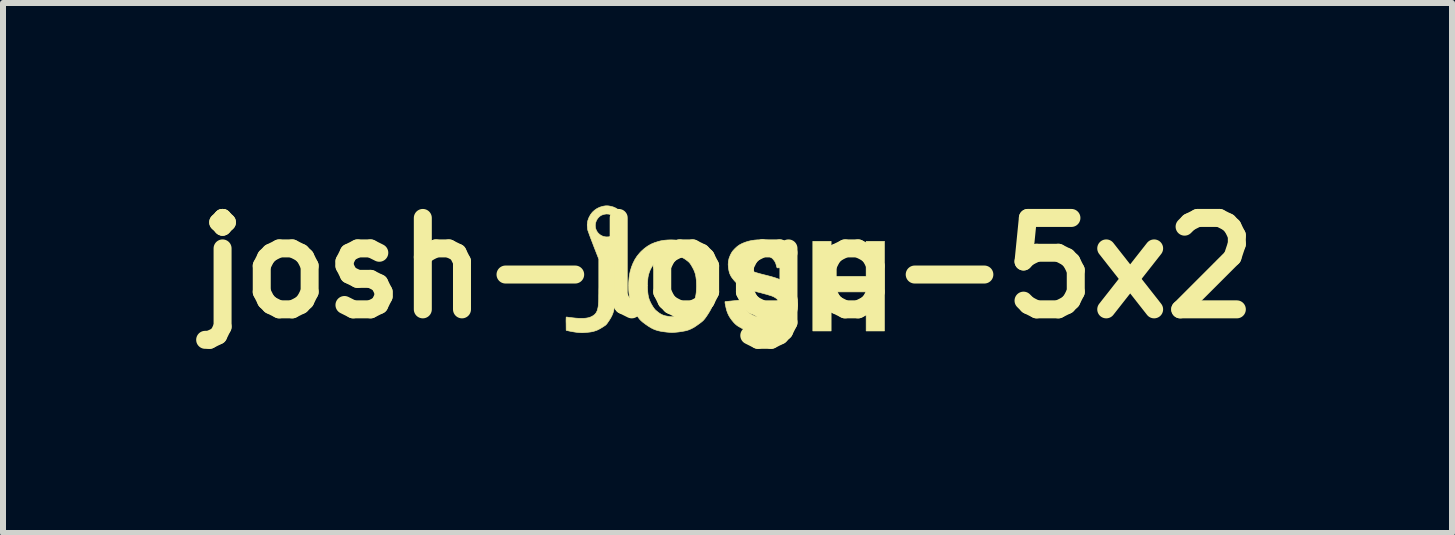
<source format=kicad_pcb>
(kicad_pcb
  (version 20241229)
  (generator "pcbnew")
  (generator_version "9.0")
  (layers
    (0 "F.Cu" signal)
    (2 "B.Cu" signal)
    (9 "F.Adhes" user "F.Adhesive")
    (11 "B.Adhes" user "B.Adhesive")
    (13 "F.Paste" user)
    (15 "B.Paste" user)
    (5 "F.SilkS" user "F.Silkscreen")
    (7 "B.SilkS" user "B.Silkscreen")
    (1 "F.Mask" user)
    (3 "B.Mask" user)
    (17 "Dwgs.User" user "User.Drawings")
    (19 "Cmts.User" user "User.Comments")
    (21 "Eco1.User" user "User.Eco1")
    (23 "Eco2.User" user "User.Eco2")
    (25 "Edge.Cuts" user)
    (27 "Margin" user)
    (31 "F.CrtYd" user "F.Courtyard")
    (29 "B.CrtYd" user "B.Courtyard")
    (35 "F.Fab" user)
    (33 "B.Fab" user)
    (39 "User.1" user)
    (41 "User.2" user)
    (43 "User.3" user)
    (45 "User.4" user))
  (footprint "josh-logo-5x2"
    (layer "F.Cu")
    (at 9.079 1.418)
    (property "Reference" "josh-logo-5x2" (at 0 0 0) (layer "F.SilkS") (effects (font (size 1.524 1.524) (thickness 0.3))))
    (attr through_hole)
    (fp_poly (pts (xy 1.727 0.14) (xy 2.311 0.14) (xy 2.311 -0.445) (xy 2.616 -0.445) (xy 2.616 1.05) (xy 2.311 1.05) (xy 2.311 0.398) (xy 1.727 0.398) (xy 1.727 1.05) (xy 1.422 1.05) (xy 1.422 -0.445) (xy 1.727 -0.445) (xy 1.727 0.14)) (stroke (width 0.01) (type solid)) (fill yes) (layer "F.SilkS"))
    (fp_poly (pts (xy -1.981 -1.035) (xy -1.958 -1.031) (xy -1.906 -1.018) (xy -1.859 -0.997) (xy -1.816 -0.969) (xy -1.778 -0.936) (xy -1.746 -0.896) (xy -1.719 -0.851) (xy -1.699 -0.801) (xy -1.696 -0.787) (xy -1.69 -0.761) (xy -1.688 -0.729) (xy -1.688 -0.696) (xy -1.69 -0.663) (xy -1.695 -0.635) (xy -1.695 -0.635) (xy -1.698 -0.625) (xy -1.704 -0.608) (xy -1.712 -0.585) (xy -1.723 -0.557) (xy -1.735 -0.524) (xy -1.749 -0.487) (xy -1.764 -0.447) (xy -1.78 -0.405) (xy -1.791 -0.375) (xy -1.88 -0.147) (xy -1.88 0.216) (xy -1.88 0.283) (xy -1.88 0.347) (xy -1.88 0.405) (xy -1.88 0.457) (xy -1.881 0.503) (xy -1.881 0.543) (xy -1.882 0.576) (xy -1.883 0.601) (xy -1.884 0.619) (xy -1.884 0.625) (xy -1.89 0.673) (xy -1.899 0.717) (xy -1.912 0.758) (xy -1.929 0.798) (xy -1.951 0.839) (xy -1.979 0.883) (xy -1.989 0.897) (xy -2.003 0.918) (xy -2.014 0.932) (xy -2.024 0.944) (xy -2.034 0.953) (xy -2.046 0.962) (xy -2.062 0.972) (xy -2.064 0.974) (xy -2.106 1) (xy -2.143 1.021) (xy -2.178 1.038) (xy -2.213 1.05) (xy -2.248 1.06) (xy -2.287 1.067) (xy -2.331 1.072) (xy -2.36 1.075) (xy -2.384 1.077) (xy -2.402 1.078) (xy -2.417 1.079) (xy -2.431 1.079) (xy -2.446 1.078) (xy -2.465 1.077) (xy -2.49 1.075) (xy -2.493 1.075) (xy -2.516 1.072) (xy -2.545 1.068) (xy -2.576 1.063) (xy -2.609 1.057) (xy -2.639 1.051) (xy -2.666 1.045) (xy -2.678 1.042) (xy -2.69 1.039) (xy -2.691 0.928) (xy -2.692 0.893) (xy -2.692 0.866) (xy -2.691 0.845) (xy -2.691 0.831) (xy -2.69 0.822) (xy -2.688 0.818) (xy -2.687 0.817) (xy -2.681 0.818) (xy -2.669 0.819) (xy -2.651 0.822) (xy -2.63 0.825) (xy -2.625 0.825) (xy -2.576 0.831) (xy -2.527 0.836) (xy -2.48 0.839) (xy -2.435 0.839) (xy -2.394 0.839) (xy -2.359 0.836) (xy -2.33 0.831) (xy -2.323 0.83) (xy -2.28 0.816) (xy -2.244 0.797) (xy -2.214 0.775) (xy -2.191 0.747) (xy -2.174 0.714) (xy -2.163 0.675) (xy -2.16 0.661) (xy -2.157 0.647) (xy -2.155 0.63) (xy -2.153 0.612) (xy -2.152 0.591) (xy -2.15 0.566) (xy -2.149 0.538) (xy -2.148 0.505) (xy -2.148 0.467) (xy -2.147 0.424) (xy -2.147 0.374) (xy -2.146 0.318) (xy -2.146 0.254) (xy -2.146 0.192) (xy -2.146 -0.148) (xy -2.234 -0.373) (xy -2.25 -0.416) (xy -2.266 -0.457) (xy -2.281 -0.496) (xy -2.294 -0.531) (xy -2.306 -0.563) (xy -2.315 -0.59) (xy -2.323 -0.611) (xy -2.328 -0.625) (xy -2.33 -0.631) (xy -2.335 -0.662) (xy -2.338 -0.697) (xy -2.338 -0.717) (xy -2.205 -0.717) (xy -2.203 -0.68) (xy -2.194 -0.645) (xy -2.178 -0.611) (xy -2.156 -0.582) (xy -2.129 -0.557) (xy -2.096 -0.537) (xy -2.065 -0.525) (xy -2.025 -0.518) (xy -1.986 -0.519) (xy -1.968 -0.522) (xy -1.932 -0.535) (xy -1.899 -0.555) (xy -1.871 -0.58) (xy -1.849 -0.61) (xy -1.832 -0.643) (xy -1.823 -0.68) (xy -1.821 -0.718) (xy -1.822 -0.719) (xy -1.828 -0.76) (xy -1.842 -0.796) (xy -1.862 -0.827) (xy -1.886 -0.854) (xy -1.915 -0.875) (xy -1.948 -0.89) (xy -1.983 -0.899) (xy -2.021 -0.901) (xy -2.059 -0.895) (xy -2.097 -0.882) (xy -2.104 -0.879) (xy -2.127 -0.864) (xy -2.15 -0.843) (xy -2.17 -0.818) (xy -2.186 -0.791) (xy -2.199 -0.754) (xy -2.205 -0.717) (xy -2.338 -0.717) (xy -2.338 -0.733) (xy -2.334 -0.767) (xy -2.329 -0.791) (xy -2.31 -0.842) (xy -2.285 -0.888) (xy -2.254 -0.929) (xy -2.217 -0.963) (xy -2.175 -0.992) (xy -2.129 -1.014) (xy -2.078 -1.029) (xy -2.068 -1.031) (xy -2.037 -1.036) (xy -2.009 -1.037) (xy -1.981 -1.035)) (stroke (width 0.01) (type solid)) (fill yes) (layer "F.SilkS"))
    (fp_poly (pts (xy -0.881 -0.467) (xy -0.82 -0.462) (xy -0.761 -0.453) (xy -0.705 -0.442) (xy -0.654 -0.427) (xy -0.609 -0.41) (xy -0.595 -0.403) (xy -0.573 -0.391) (xy -0.547 -0.375) (xy -0.517 -0.355) (xy -0.487 -0.334) (xy -0.456 -0.311) (xy -0.447 -0.304) (xy -0.426 -0.287) (xy -0.409 -0.272) (xy -0.395 -0.258) (xy -0.381 -0.241) (xy -0.365 -0.219) (xy -0.365 -0.218) (xy -0.325 -0.16) (xy -0.292 -0.107) (xy -0.266 -0.057) (xy -0.247 -0.012) (xy -0.244 -0.003) (xy -0.231 0.043) (xy -0.22 0.096) (xy -0.212 0.153) (xy -0.206 0.213) (xy -0.203 0.275) (xy -0.203 0.336) (xy -0.205 0.395) (xy -0.207 0.417) (xy -0.214 0.474) (xy -0.222 0.525) (xy -0.233 0.571) (xy -0.246 0.613) (xy -0.262 0.654) (xy -0.282 0.695) (xy -0.307 0.738) (xy -0.329 0.773) (xy -0.349 0.803) (xy -0.366 0.827) (xy -0.38 0.846) (xy -0.394 0.862) (xy -0.407 0.877) (xy -0.422 0.89) (xy -0.44 0.905) (xy -0.449 0.912) (xy -0.504 0.952) (xy -0.554 0.986) (xy -0.602 1.012) (xy -0.646 1.031) (xy -0.677 1.041) (xy -0.705 1.048) (xy -0.738 1.054) (xy -0.775 1.06) (xy -0.814 1.066) (xy -0.853 1.07) (xy -0.888 1.073) (xy -0.919 1.075) (xy -0.933 1.075) (xy -0.946 1.074) (xy -0.964 1.073) (xy -0.986 1.071) (xy -1.009 1.069) (xy -1.011 1.069) (xy -1.068 1.062) (xy -1.117 1.054) (xy -1.162 1.044) (xy -1.203 1.031) (xy -1.242 1.015) (xy -1.28 0.995) (xy -1.319 0.971) (xy -1.325 0.967) (xy -1.371 0.935) (xy -1.411 0.905) (xy -1.443 0.877) (xy -1.468 0.851) (xy -1.477 0.839) (xy -1.513 0.789) (xy -1.543 0.743) (xy -1.568 0.699) (xy -1.589 0.656) (xy -1.606 0.614) (xy -1.619 0.569) (xy -1.63 0.521) (xy -1.638 0.469) (xy -1.644 0.41) (xy -1.647 0.372) (xy -1.649 0.319) (xy -1.649 0.294) (xy -1.334 0.294) (xy -1.333 0.35) (xy -1.33 0.4) (xy -1.325 0.444) (xy -1.317 0.485) (xy -1.306 0.523) (xy -1.291 0.559) (xy -1.273 0.596) (xy -1.25 0.635) (xy -1.25 0.636) (xy -1.232 0.663) (xy -1.216 0.684) (xy -1.2 0.702) (xy -1.193 0.708) (xy -1.16 0.735) (xy -1.13 0.757) (xy -1.101 0.774) (xy -1.071 0.787) (xy -1.038 0.797) (xy -0.999 0.804) (xy -0.963 0.81) (xy -0.936 0.812) (xy -0.905 0.811) (xy -0.869 0.807) (xy -0.864 0.807) (xy -0.822 0.8) (xy -0.787 0.79) (xy -0.754 0.778) (xy -0.724 0.761) (xy -0.692 0.738) (xy -0.659 0.71) (xy -0.658 0.709) (xy -0.635 0.685) (xy -0.612 0.655) (xy -0.59 0.619) (xy -0.57 0.581) (xy -0.553 0.542) (xy -0.539 0.503) (xy -0.536 0.491) (xy -0.528 0.453) (xy -0.522 0.409) (xy -0.519 0.36) (xy -0.517 0.308) (xy -0.518 0.256) (xy -0.52 0.204) (xy -0.521 0.197) (xy -0.527 0.149) (xy -0.535 0.106) (xy -0.548 0.066) (xy -0.565 0.025) (xy -0.588 -0.017) (xy -0.598 -0.035) (xy -0.611 -0.056) (xy -0.622 -0.072) (xy -0.632 -0.085) (xy -0.643 -0.097) (xy -0.658 -0.11) (xy -0.669 -0.119) (xy -0.705 -0.146) (xy -0.742 -0.168) (xy -0.778 -0.185) (xy -0.802 -0.192) (xy -0.852 -0.202) (xy -0.905 -0.206) (xy -0.96 -0.205) (xy -1.013 -0.199) (xy -1.062 -0.187) (xy -1.067 -0.185) (xy -1.105 -0.17) (xy -1.144 -0.147) (xy -1.18 -0.119) (xy -1.213 -0.088) (xy -1.239 -0.055) (xy -1.244 -0.047) (xy -1.269 -0.006) (xy -1.289 0.033) (xy -1.304 0.071) (xy -1.316 0.11) (xy -1.325 0.151) (xy -1.33 0.196) (xy -1.333 0.246) (xy -1.334 0.294) (xy -1.649 0.294) (xy -1.649 0.263) (xy -1.645 0.207) (xy -1.64 0.152) (xy -1.632 0.101) (xy -1.623 0.057) (xy -1.602 -0.014) (xy -1.576 -0.079) (xy -1.546 -0.139) (xy -1.51 -0.195) (xy -1.468 -0.247) (xy -1.44 -0.277) (xy -1.389 -0.323) (xy -1.335 -0.363) (xy -1.277 -0.397) (xy -1.213 -0.424) (xy -1.144 -0.445) (xy -1.112 -0.453) (xy -1.059 -0.462) (xy -1.001 -0.467) (xy -0.941 -0.469) (xy -0.881 -0.467)) (stroke (width 0.01) (type solid)) (fill yes) (layer "F.SilkS"))
    (fp_poly (pts (xy 0.607 -0.468) (xy 0.649 -0.466) (xy 0.696 -0.461) (xy 0.738 -0.455) (xy 0.777 -0.446) (xy 0.814 -0.434) (xy 0.851 -0.419) (xy 0.89 -0.399) (xy 0.934 -0.374) (xy 0.935 -0.373) (xy 0.958 -0.359) (xy 0.977 -0.344) (xy 0.996 -0.326) (xy 1.007 -0.314) (xy 1.035 -0.28) (xy 1.058 -0.25) (xy 1.076 -0.222) (xy 1.09 -0.195) (xy 1.101 -0.166) (xy 1.105 -0.152) (xy 1.109 -0.134) (xy 1.114 -0.112) (xy 1.118 -0.087) (xy 1.122 -0.064) (xy 1.125 -0.043) (xy 1.126 -0.027) (xy 1.126 -0.025) (xy 1.126 -0.014) (xy 0.979 -0.008) (xy 0.944 -0.007) (xy 0.913 -0.005) (xy 0.884 -0.004) (xy 0.861 -0.003) (xy 0.843 -0.003) (xy 0.832 -0.002) (xy 0.828 -0.002) (xy 0.825 -0.006) (xy 0.821 -0.016) (xy 0.817 -0.031) (xy 0.815 -0.038) (xy 0.808 -0.063) (xy 0.802 -0.082) (xy 0.794 -0.098) (xy 0.785 -0.114) (xy 0.773 -0.13) (xy 0.755 -0.152) (xy 0.736 -0.169) (xy 0.713 -0.183) (xy 0.688 -0.194) (xy 0.663 -0.203) (xy 0.638 -0.21) (xy 0.609 -0.214) (xy 0.577 -0.215) (xy 0.538 -0.215) (xy 0.531 -0.215) (xy 0.498 -0.213) (xy 0.47 -0.21) (xy 0.447 -0.206) (xy 0.425 -0.2) (xy 0.402 -0.191) (xy 0.383 -0.183) (xy 0.351 -0.164) (xy 0.327 -0.144) (xy 0.311 -0.121) (xy 0.303 -0.094) (xy 0.302 -0.065) (xy 0.305 -0.049) (xy 0.313 -0.024) (xy 0.327 -0.003) (xy 0.348 0.015) (xy 0.368 0.029) (xy 0.39 0.04) (xy 0.411 0.051) (xy 0.433 0.06) (xy 0.457 0.07) (xy 0.484 0.079) (xy 0.515 0.088) (xy 0.551 0.098) (xy 0.593 0.109) (xy 0.642 0.121) (xy 0.65 0.123) (xy 0.731 0.144) (xy 0.803 0.166) (xy 0.868 0.19) (xy 0.925 0.215) (xy 0.974 0.241) (xy 1.015 0.269) (xy 1.03 0.28) (xy 1.058 0.308) (xy 1.085 0.342) (xy 1.11 0.38) (xy 1.132 0.42) (xy 1.148 0.461) (xy 1.156 0.485) (xy 1.164 0.529) (xy 1.168 0.578) (xy 1.168 0.629) (xy 1.164 0.679) (xy 1.156 0.725) (xy 1.155 0.726) (xy 1.143 0.765) (xy 1.124 0.807) (xy 1.101 0.848) (xy 1.074 0.887) (xy 1.044 0.922) (xy 1.014 0.951) (xy 1 0.963) (xy 0.958 0.989) (xy 0.91 1.013) (xy 0.856 1.034) (xy 0.8 1.051) (xy 0.741 1.064) (xy 0.688 1.071) (xy 0.658 1.073) (xy 0.622 1.074) (xy 0.582 1.075) (xy 0.541 1.074) (xy 0.502 1.073) (xy 0.471 1.071) (xy 0.413 1.064) (xy 0.36 1.053) (xy 0.31 1.038) (xy 0.26 1.017) (xy 0.241 1.007) (xy 0.205 0.987) (xy 0.174 0.969) (xy 0.149 0.951) (xy 0.127 0.932) (xy 0.108 0.912) (xy 0.102 0.906) (xy 0.069 0.866) (xy 0.042 0.828) (xy 0.02 0.791) (xy 0.002 0.752) (xy -0.013 0.711) (xy -0.025 0.665) (xy -0.035 0.617) (xy -0.04 0.592) (xy -0.042 0.575) (xy -0.042 0.564) (xy -0.041 0.561) (xy -0.036 0.56) (xy -0.023 0.559) (xy -0.005 0.557) (xy 0.019 0.554) (xy 0.045 0.552) (xy 0.074 0.549) (xy 0.105 0.546) (xy 0.135 0.543) (xy 0.163 0.54) (xy 0.19 0.538) (xy 0.212 0.536) (xy 0.229 0.534) (xy 0.241 0.534) (xy 0.244 0.533) (xy 0.249 0.535) (xy 0.253 0.54) (xy 0.256 0.552) (xy 0.258 0.56) (xy 0.271 0.609) (xy 0.288 0.653) (xy 0.312 0.692) (xy 0.335 0.723) (xy 0.352 0.741) (xy 0.37 0.756) (xy 0.392 0.77) (xy 0.419 0.785) (xy 0.424 0.788) (xy 0.444 0.797) (xy 0.463 0.804) (xy 0.484 0.809) (xy 0.508 0.812) (xy 0.537 0.814) (xy 0.572 0.815) (xy 0.582 0.815) (xy 0.617 0.814) (xy 0.645 0.813) (xy 0.668 0.811) (xy 0.688 0.807) (xy 0.707 0.801) (xy 0.727 0.792) (xy 0.742 0.785) (xy 0.768 0.771) (xy 0.788 0.759) (xy 0.804 0.746) (xy 0.818 0.732) (xy 0.825 0.723) (xy 0.841 0.701) (xy 0.852 0.679) (xy 0.858 0.654) (xy 0.861 0.626) (xy 0.861 0.612) (xy 0.861 0.592) (xy 0.86 0.578) (xy 0.858 0.567) (xy 0.854 0.557) (xy 0.849 0.547) (xy 0.832 0.524) (xy 0.808 0.503) (xy 0.777 0.484) (xy 0.766 0.478) (xy 0.749 0.471) (xy 0.726 0.462) (xy 0.695 0.453) (xy 0.657 0.441) (xy 0.611 0.429) (xy 0.557 0.414) (xy 0.504 0.401) (xy 0.455 0.388) (xy 0.413 0.376) (xy 0.376 0.365) (xy 0.344 0.355) (xy 0.316 0.344) (xy 0.29 0.333) (xy 0.264 0.32) (xy 0.238 0.306) (xy 0.21 0.289) (xy 0.197 0.281) (xy 0.174 0.266) (xy 0.157 0.254) (xy 0.142 0.241) (xy 0.128 0.227) (xy 0.112 0.209) (xy 0.111 0.208) (xy 0.083 0.174) (xy 0.061 0.143) (xy 0.045 0.112) (xy 0.032 0.08) (xy 0.023 0.044) (xy 0.016 0.002) (xy 0.015 -0.003) (xy 0.011 -0.058) (xy 0.014 -0.11) (xy 0.025 -0.16) (xy 0.044 -0.209) (xy 0.051 -0.224) (xy 0.063 -0.247) (xy 0.075 -0.267) (xy 0.089 -0.286) (xy 0.107 -0.306) (xy 0.126 -0.326) (xy 0.162 -0.359) (xy 0.202 -0.387) (xy 0.248 -0.411) (xy 0.3 -0.431) (xy 0.309 -0.434) (xy 0.356 -0.448) (xy 0.402 -0.458) (xy 0.449 -0.465) (xy 0.497 -0.469) (xy 0.55 -0.47) (xy 0.607 -0.468)) (stroke (width 0.01) (type solid)) (fill yes) (layer "F.SilkS")))
  (gr_rect
    (start -3 -3)
    (end 21.157 5.836)
    (stroke (width 0.1) (type default))
    (fill no)
    (layer "Edge.Cuts")))
</source>
